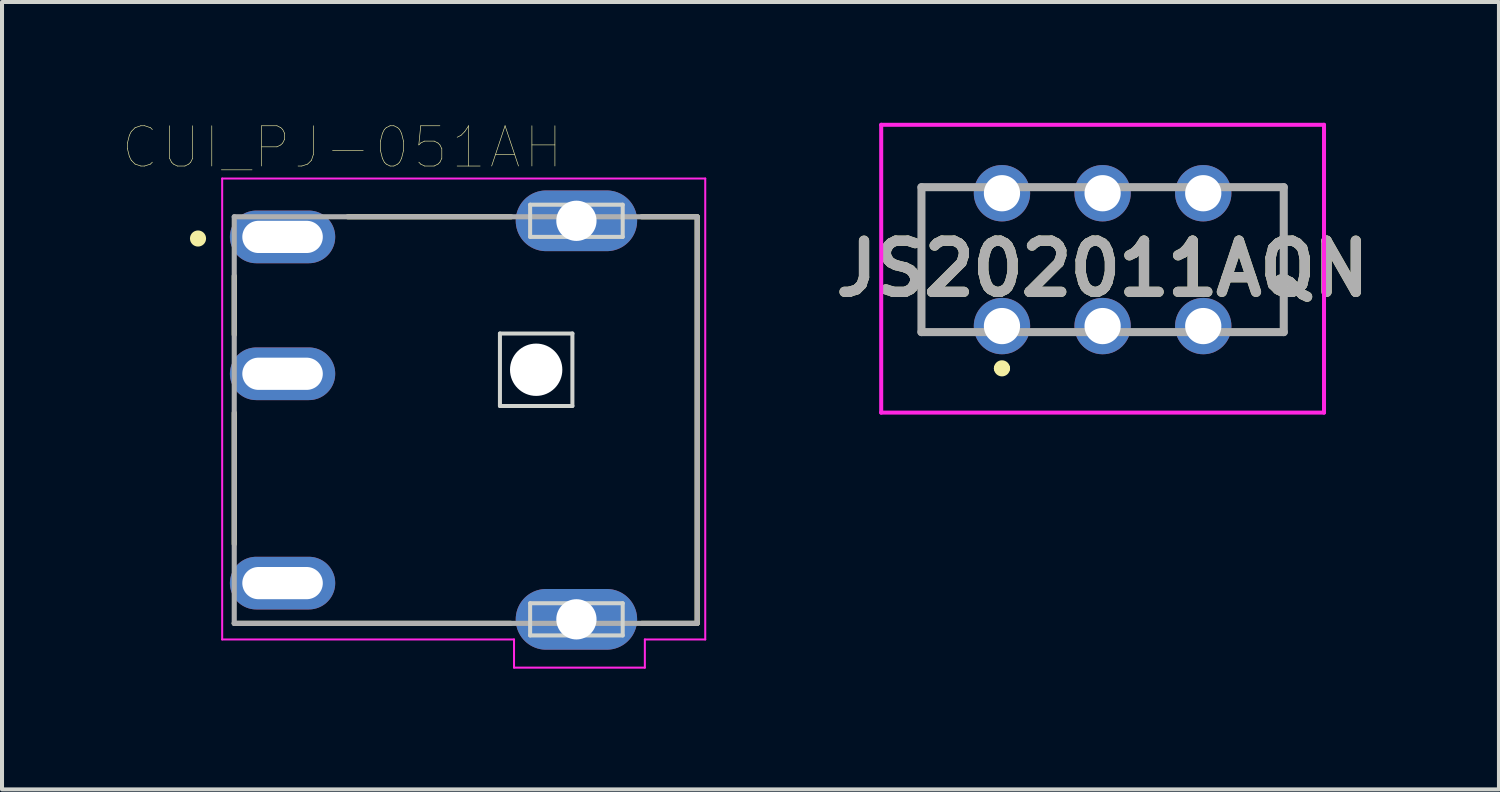
<source format=kicad_pcb>
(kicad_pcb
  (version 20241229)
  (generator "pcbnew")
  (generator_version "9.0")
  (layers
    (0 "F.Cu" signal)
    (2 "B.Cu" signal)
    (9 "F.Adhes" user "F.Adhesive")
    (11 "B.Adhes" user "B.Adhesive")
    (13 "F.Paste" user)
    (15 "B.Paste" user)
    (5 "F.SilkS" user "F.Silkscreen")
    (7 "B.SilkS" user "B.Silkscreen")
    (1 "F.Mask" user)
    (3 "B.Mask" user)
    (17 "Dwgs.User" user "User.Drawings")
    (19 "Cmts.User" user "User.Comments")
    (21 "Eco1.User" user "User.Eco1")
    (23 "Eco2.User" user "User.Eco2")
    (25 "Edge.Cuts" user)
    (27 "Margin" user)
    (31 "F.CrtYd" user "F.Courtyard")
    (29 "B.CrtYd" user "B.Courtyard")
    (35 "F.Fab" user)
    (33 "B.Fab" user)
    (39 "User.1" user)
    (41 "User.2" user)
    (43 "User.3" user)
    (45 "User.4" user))
  (footprint "JS202011AQN"
    (layer "F.Cu")
    (at 24.34 3.625)
    (property "Reference" "JS202011AQN" (at 0 0 0) (layer "F.SilkS") (effects (font (size 1.27 1.27) (thickness 0.254))))
    (attr through_hole)
    (fp_line (start -4.5 -2.025) (end -4.5 1.575) (stroke (width 0.1) (type solid)) (layer "F.SilkS"))
    (fp_line (start -4.5 1.575) (end -3.5 1.575) (stroke (width 0.1) (type solid)) (layer "F.SilkS"))
    (fp_line (start -3.5 -2.025) (end -4.5 -2.025) (stroke (width 0.1) (type solid)) (layer "F.SilkS"))
    (fp_line (start -2.6 2.475) (end -2.6 2.475) (stroke (width 0.2) (type solid)) (layer "F.SilkS"))
    (fp_line (start -2.4 2.475) (end -2.4 2.475) (stroke (width 0.2) (type solid)) (layer "F.SilkS"))
    (fp_line (start 3.5 -2.025) (end 4.5 -2.025) (stroke (width 0.1) (type solid)) (layer "F.SilkS"))
    (fp_line (start 4.5 -2.025) (end 4.5 1.575) (stroke (width 0.1) (type solid)) (layer "F.SilkS"))
    (fp_line (start 4.5 1.575) (end 3.5 1.575) (stroke (width 0.1) (type solid)) (layer "F.SilkS"))
    (fp_arc (start -2.6 2.475) (mid -2.5 2.375) (end -2.4 2.475) (stroke (width 0.2) (type solid)) (layer "F.SilkS"))
    (fp_arc (start -2.4 2.475) (mid -2.5 2.575) (end -2.6 2.475) (stroke (width 0.2) (type solid)) (layer "F.SilkS"))
    (fp_line (start -5.5 -3.575) (end 5.5 -3.575) (stroke (width 0.1) (type solid)) (layer "F.CrtYd"))
    (fp_line (start -5.5 3.575) (end -5.5 -3.575) (stroke (width 0.1) (type solid)) (layer "F.CrtYd"))
    (fp_line (start 5.5 -3.575) (end 5.5 3.575) (stroke (width 0.1) (type solid)) (layer "F.CrtYd"))
    (fp_line (start 5.5 3.575) (end -5.5 3.575) (stroke (width 0.1) (type solid)) (layer "F.CrtYd"))
    (fp_line (start -4.5 -2.025) (end 4.5 -2.025) (stroke (width 0.2) (type solid)) (layer "F.Fab"))
    (fp_line (start -4.5 1.575) (end -4.5 -2.025) (stroke (width 0.2) (type solid)) (layer "F.Fab"))
    (fp_line (start 4.5 -2.025) (end 4.5 1.575) (stroke (width 0.2) (type solid)) (layer "F.Fab"))
    (fp_line (start 4.5 1.575) (end -4.5 1.575) (stroke (width 0.2) (type solid)) (layer "F.Fab"))
    (fp_text user "${REFERENCE}" (at 0 0 0) (layer "F.Fab") (effects (font (size 1.27 1.27) (thickness 0.254))))
    (pad "1" thru_hole circle (at -2.5 1.425) (size 1.4 1.4) (drill 0.9) (layers "*.Cu" "*.Mask"))
    (pad "2" thru_hole circle (at 0 1.425) (size 1.4 1.4) (drill 0.9) (layers "*.Cu" "*.Mask"))
    (pad "3" thru_hole circle (at 2.5 1.425) (size 1.4 1.4) (drill 0.9) (layers "*.Cu" "*.Mask"))
    (pad "4" thru_hole circle (at -2.5 -1.875) (size 1.4 1.4) (drill 0.9) (layers "*.Cu" "*.Mask"))
    (pad "5" thru_hole circle (at 0 -1.875) (size 1.4 1.4) (drill 0.9) (layers "*.Cu" "*.Mask"))
    (pad "6" thru_hole circle (at 2.5 -1.875) (size 1.4 1.4) (drill 0.9) (layers "*.Cu" "*.Mask")))
  (footprint "CUI_PJ-051AH"
    (layer "F.Cu")
    (at 8.519 7.385)
    (property "Reference" "CUI_PJ-051AH" (at -3.07 -6.773 0) (layer "F.SilkS") (effects (font (size 1 1) (thickness 0.015))))
    (attr through_hole)
    (fp_line (start -5.75 -2.12) (end -5.75 -3.58) (stroke (width 0.127) (type solid)) (layer "F.SilkS"))
    (fp_line (start -5.75 3.08) (end -5.75 -0.18) (stroke (width 0.127) (type solid)) (layer "F.SilkS"))
    (fp_line (start 1.12 5.05) (end -5.75 5.05) (stroke (width 0.127) (type solid)) (layer "F.SilkS"))
    (fp_line (start 1.13 -5.05) (end -2.93 -5.05) (stroke (width 0.127) (type solid)) (layer "F.SilkS"))
    (fp_line (start 5.75 -5.05) (end 4.37 -5.05) (stroke (width 0.127) (type solid)) (layer "F.SilkS"))
    (fp_line (start 5.75 -5.05) (end 5.75 5.05) (stroke (width 0.127) (type solid)) (layer "F.SilkS"))
    (fp_line (start 5.75 5.05) (end 4.37 5.05) (stroke (width 0.127) (type solid)) (layer "F.SilkS"))
    (fp_circle (center -6.65 -4.51) (end -6.55 -4.51) (stroke (width 0.2) (type solid)) (fill no) (layer "F.SilkS"))
    (fp_line (start 0.85 -2.15) (end 2.65 -2.15) (stroke (width 0.1) (type solid)) (layer "Edge.Cuts"))
    (fp_line (start 0.85 -0.35) (end 0.85 -2.15) (stroke (width 0.1) (type solid)) (layer "Edge.Cuts"))
    (fp_line (start 1.6 -5.35) (end 1.6 -4.55) (stroke (width 0.1) (type solid)) (layer "Edge.Cuts"))
    (fp_line (start 1.6 -4.55) (end 3.9 -4.55) (stroke (width 0.1) (type solid)) (layer "Edge.Cuts"))
    (fp_line (start 1.6 4.55) (end 3.9 4.55) (stroke (width 0.1) (type solid)) (layer "Edge.Cuts"))
    (fp_line (start 1.6 5.35) (end 1.6 4.55) (stroke (width 0.1) (type solid)) (layer "Edge.Cuts"))
    (fp_line (start 2.65 -2.15) (end 2.65 -0.35) (stroke (width 0.1) (type solid)) (layer "Edge.Cuts"))
    (fp_line (start 2.65 -0.35) (end 0.85 -0.35) (stroke (width 0.1) (type solid)) (layer "Edge.Cuts"))
    (fp_line (start 3.9 -5.35) (end 1.6 -5.35) (stroke (width 0.1) (type solid)) (layer "Edge.Cuts"))
    (fp_line (start 3.9 -4.55) (end 3.9 -5.35) (stroke (width 0.1) (type solid)) (layer "Edge.Cuts"))
    (fp_line (start 3.9 4.55) (end 3.9 5.35) (stroke (width 0.1) (type solid)) (layer "Edge.Cuts"))
    (fp_line (start 3.9 5.35) (end 1.6 5.35) (stroke (width 0.1) (type solid)) (layer "Edge.Cuts"))
    (fp_line (start -6.05 -6) (end -6.05 5.45) (stroke (width 0.05) (type solid)) (layer "F.CrtYd"))
    (fp_line (start 1.2 5.45) (end -6.05 5.45) (stroke (width 0.05) (type solid)) (layer "F.CrtYd"))
    (fp_line (start 1.2 5.45) (end 1.2 6.15) (stroke (width 0.05) (type solid)) (layer "F.CrtYd"))
    (fp_line (start 4.45 6.15) (end 1.2 6.15) (stroke (width 0.05) (type solid)) (layer "F.CrtYd"))
    (fp_line (start 4.45 6.15) (end 4.45 5.45) (stroke (width 0.05) (type solid)) (layer "F.CrtYd"))
    (fp_line (start 5.95 -6) (end -6.05 -6) (stroke (width 0.05) (type solid)) (layer "F.CrtYd"))
    (fp_line (start 5.95 5.45) (end 4.45 5.45) (stroke (width 0.05) (type solid)) (layer "F.CrtYd"))
    (fp_line (start 5.95 5.45) (end 5.95 -6) (stroke (width 0.05) (type solid)) (layer "F.CrtYd"))
    (fp_line (start -5.75 -5.05) (end 5.75 -5.05) (stroke (width 0.127) (type solid)) (layer "F.Fab"))
    (fp_line (start -5.75 5.05) (end -5.75 -5.05) (stroke (width 0.127) (type solid)) (layer "F.Fab"))
    (fp_line (start 5.75 -5.05) (end 5.75 5.05) (stroke (width 0.127) (type solid)) (layer "F.Fab"))
    (fp_line (start 5.75 5.05) (end -5.75 5.05) (stroke (width 0.127) (type solid)) (layer "F.Fab"))
    (pad "" np_thru_hole circle (at 1.75 -1.25) (size 1.3 1.3) (drill 1.3) (layers "*.Cu" "*.Mask"))
    (pad "1" thru_hole oval (at -4.55 -4.55) (size 2.616 1.308) (drill oval 2 0.8) (layers "*.Cu" "*.Mask"))
    (pad "2" thru_hole oval (at -4.55 4.05) (size 2.616 1.308) (drill oval 2 0.8) (layers "*.Cu" "*.Mask"))
    (pad "3" thru_hole oval (at -4.55 -1.15) (size 2.616 1.308) (drill oval 2 0.8) (layers "*.Cu" "*.Mask"))
    (pad "S1" thru_hole oval (at 2.75 -4.95) (size 3.016 1.508) (drill 1) (layers "*.Cu" "*.Mask"))
    (pad "S2" thru_hole oval (at 2.75 4.95) (size 3.016 1.508) (drill 1) (layers "*.Cu" "*.Mask")))
  (gr_rect
    (start -3 -3)
    (end 34.186 16.56)
    (stroke (width 0.1) (type default))
    (fill no)
    (layer "Edge.Cuts")))
</source>
